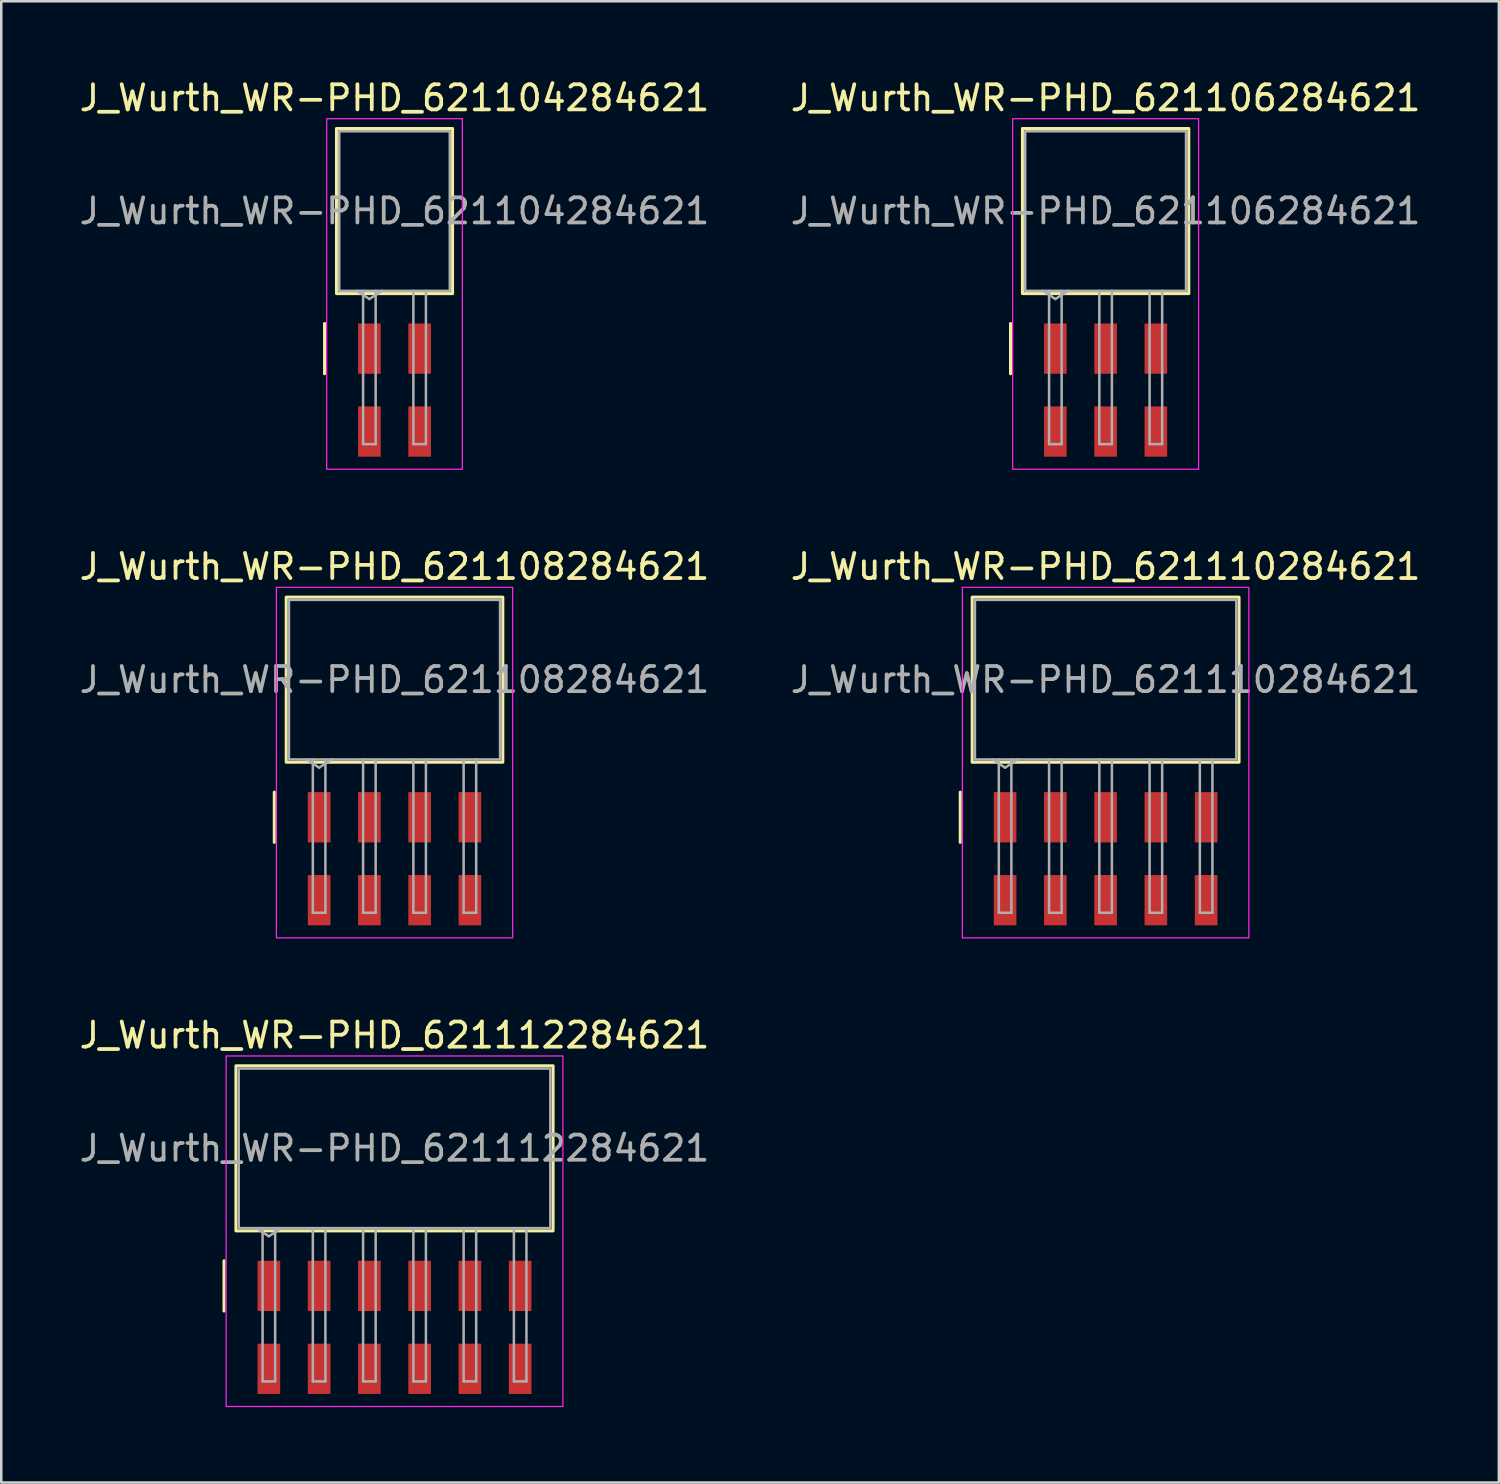
<source format=kicad_pcb>
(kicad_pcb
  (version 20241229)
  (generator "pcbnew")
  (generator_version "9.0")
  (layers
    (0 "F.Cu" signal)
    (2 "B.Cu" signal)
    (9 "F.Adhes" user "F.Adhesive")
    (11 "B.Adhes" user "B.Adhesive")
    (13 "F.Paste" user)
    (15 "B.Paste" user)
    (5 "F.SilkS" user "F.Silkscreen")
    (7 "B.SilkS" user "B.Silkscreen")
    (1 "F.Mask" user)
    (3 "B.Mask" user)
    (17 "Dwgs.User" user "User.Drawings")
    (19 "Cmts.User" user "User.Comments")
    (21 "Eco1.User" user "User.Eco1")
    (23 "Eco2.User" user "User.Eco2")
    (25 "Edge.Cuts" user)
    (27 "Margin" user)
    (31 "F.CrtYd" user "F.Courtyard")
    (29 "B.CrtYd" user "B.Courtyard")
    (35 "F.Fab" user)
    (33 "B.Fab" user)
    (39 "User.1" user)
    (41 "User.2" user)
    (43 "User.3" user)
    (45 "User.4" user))
  (footprint "J_Wurth_WR-PHD_621104284621"
    (layer "F.Cu")
    (at 12.649 5.348)
    (property "Reference" "J_Wurth_WR-PHD_621104284621" (at 0 -4.5 0) (unlocked yes) (layer "F.SilkS") (effects (font (size 1 1) (thickness 0.15))))
    (attr smd)
    (fp_line (start -2.785 6.475) (end -2.785 4.475) (stroke (width 0.12) (type solid)) (layer "F.SilkS"))
    (fp_rect (start -2.31 -3.285) (end 2.31 3.285) (stroke (width 0.12) (type solid)) (fill no) (layer "F.SilkS"))
    (fp_rect (start -2.7 -3.675) (end 2.7 10.275) (stroke (width 0.05) (type solid)) (fill no) (layer "F.CrtYd"))
    (fp_line (start -1.25 3.175) (end -1.25 9.275) (stroke (width 0.1) (type solid)) (layer "F.Fab"))
    (fp_line (start -1.25 9.275) (end -0.75 9.275) (stroke (width 0.1) (type default)) (layer "F.Fab"))
    (fp_line (start -1 3.5) (end -1.5 3.175) (stroke (width 0.1) (type default)) (layer "F.Fab"))
    (fp_line (start -0.75 3.175) (end -0.75 9.275) (stroke (width 0.1) (type solid)) (layer "F.Fab"))
    (fp_line (start -0.5 3.175) (end -1 3.5) (stroke (width 0.1) (type default)) (layer "F.Fab"))
    (fp_line (start 0.75 3.175) (end 0.75 9.275) (stroke (width 0.1) (type solid)) (layer "F.Fab"))
    (fp_line (start 0.75 9.275) (end 1.25 9.275) (stroke (width 0.1) (type default)) (layer "F.Fab"))
    (fp_line (start 1.25 3.175) (end 1.25 9.275) (stroke (width 0.1) (type solid)) (layer "F.Fab"))
    (fp_rect (start -2.2 -3.175) (end 2.2 3.175) (stroke (width 0.1) (type solid)) (fill no) (layer "F.Fab"))
    (fp_text user "${REFERENCE}" (at 0 0 0) (unlocked yes) (layer "F.Fab") (effects (font (size 1 1) (thickness 0.15))))
    (pad "1" smd rect (at -1 5.475 180) (size 0.9 2) (layers "F.Cu" "F.Mask" "F.Paste"))
    (pad "2" smd rect (at -1 8.775 180) (size 0.9 2) (layers "F.Cu" "F.Mask" "F.Paste"))
    (pad "3" smd rect (at 1 5.475 180) (size 0.9 2) (layers "F.Cu" "F.Mask" "F.Paste"))
    (pad "4" smd rect (at 1 8.775 180) (size 0.9 2) (layers "F.Cu" "F.Mask" "F.Paste")))
  (footprint "J_Wurth_WR-PHD_621110284621"
    (layer "F.Cu")
    (at 40.946 23.997)
    (property "Reference" "J_Wurth_WR-PHD_621110284621" (at 0 -4.5 0) (unlocked yes) (layer "F.SilkS") (effects (font (size 1 1) (thickness 0.15))))
    (attr smd)
    (fp_line (start -5.785 6.475) (end -5.785 4.475) (stroke (width 0.12) (type solid)) (layer "F.SilkS"))
    (fp_rect (start -5.31 -3.285) (end 5.31 3.285) (stroke (width 0.12) (type solid)) (fill no) (layer "F.SilkS"))
    (fp_rect (start -5.7 -3.675) (end 5.7 10.275) (stroke (width 0.05) (type solid)) (fill no) (layer "F.CrtYd"))
    (fp_line (start -4.25 3.175) (end -4.25 9.275) (stroke (width 0.1) (type solid)) (layer "F.Fab"))
    (fp_line (start -4.25 9.275) (end -3.75 9.275) (stroke (width 0.1) (type default)) (layer "F.Fab"))
    (fp_line (start -4 3.5) (end -4.5 3.175) (stroke (width 0.1) (type default)) (layer "F.Fab"))
    (fp_line (start -3.75 3.175) (end -3.75 9.275) (stroke (width 0.1) (type solid)) (layer "F.Fab"))
    (fp_line (start -3.5 3.175) (end -4 3.5) (stroke (width 0.1) (type default)) (layer "F.Fab"))
    (fp_line (start -2.25 3.175) (end -2.25 9.275) (stroke (width 0.1) (type solid)) (layer "F.Fab"))
    (fp_line (start -2.25 9.275) (end -1.75 9.275) (stroke (width 0.1) (type default)) (layer "F.Fab"))
    (fp_line (start -1.75 3.175) (end -1.75 9.275) (stroke (width 0.1) (type solid)) (layer "F.Fab"))
    (fp_line (start -0.25 3.175) (end -0.25 9.275) (stroke (width 0.1) (type solid)) (layer "F.Fab"))
    (fp_line (start -0.25 9.275) (end 0.25 9.275) (stroke (width 0.1) (type default)) (layer "F.Fab"))
    (fp_line (start 0.25 3.175) (end 0.25 9.275) (stroke (width 0.1) (type solid)) (layer "F.Fab"))
    (fp_line (start 1.75 3.175) (end 1.75 9.275) (stroke (width 0.1) (type solid)) (layer "F.Fab"))
    (fp_line (start 1.75 9.275) (end 2.25 9.275) (stroke (width 0.1) (type default)) (layer "F.Fab"))
    (fp_line (start 2.25 3.175) (end 2.25 9.275) (stroke (width 0.1) (type solid)) (layer "F.Fab"))
    (fp_line (start 3.75 3.175) (end 3.75 9.275) (stroke (width 0.1) (type solid)) (layer "F.Fab"))
    (fp_line (start 3.75 9.275) (end 4.25 9.275) (stroke (width 0.1) (type default)) (layer "F.Fab"))
    (fp_line (start 4.25 3.175) (end 4.25 9.275) (stroke (width 0.1) (type solid)) (layer "F.Fab"))
    (fp_rect (start -5.2 -3.175) (end 5.2 3.175) (stroke (width 0.1) (type solid)) (fill no) (layer "F.Fab"))
    (fp_text user "${REFERENCE}" (at 0 0 0) (unlocked yes) (layer "F.Fab") (effects (font (size 1 1) (thickness 0.15))))
    (pad "1" smd rect (at -4 5.475 180) (size 0.9 2) (layers "F.Cu" "F.Mask" "F.Paste"))
    (pad "2" smd rect (at -4 8.775 180) (size 0.9 2) (layers "F.Cu" "F.Mask" "F.Paste"))
    (pad "3" smd rect (at -2 5.475 180) (size 0.9 2) (layers "F.Cu" "F.Mask" "F.Paste"))
    (pad "4" smd rect (at -2 8.775 180) (size 0.9 2) (layers "F.Cu" "F.Mask" "F.Paste"))
    (pad "5" smd rect (at 0 5.475 180) (size 0.9 2) (layers "F.Cu" "F.Mask" "F.Paste"))
    (pad "6" smd rect (at 0 8.775 180) (size 0.9 2) (layers "F.Cu" "F.Mask" "F.Paste"))
    (pad "7" smd rect (at 2 5.475 180) (size 0.9 2) (layers "F.Cu" "F.Mask" "F.Paste"))
    (pad "8" smd rect (at 2 8.775 180) (size 0.9 2) (layers "F.Cu" "F.Mask" "F.Paste"))
    (pad "9" smd rect (at 4 5.475 180) (size 0.9 2) (layers "F.Cu" "F.Mask" "F.Paste"))
    (pad "10" smd rect (at 4 8.775 180) (size 0.9 2) (layers "F.Cu" "F.Mask" "F.Paste")))
  (footprint "J_Wurth_WR-PHD_621108284621"
    (layer "F.Cu")
    (at 12.649 23.997)
    (property "Reference" "J_Wurth_WR-PHD_621108284621" (at 0 -4.5 0) (unlocked yes) (layer "F.SilkS") (effects (font (size 1 1) (thickness 0.15))))
    (attr smd)
    (fp_line (start -4.785 6.475) (end -4.785 4.475) (stroke (width 0.12) (type solid)) (layer "F.SilkS"))
    (fp_rect (start -4.31 -3.285) (end 4.31 3.285) (stroke (width 0.12) (type solid)) (fill no) (layer "F.SilkS"))
    (fp_rect (start -4.7 -3.675) (end 4.7 10.275) (stroke (width 0.05) (type solid)) (fill no) (layer "F.CrtYd"))
    (fp_line (start -3.25 3.175) (end -3.25 9.275) (stroke (width 0.1) (type solid)) (layer "F.Fab"))
    (fp_line (start -3.25 9.275) (end -2.75 9.275) (stroke (width 0.1) (type default)) (layer "F.Fab"))
    (fp_line (start -3 3.5) (end -3.5 3.175) (stroke (width 0.1) (type default)) (layer "F.Fab"))
    (fp_line (start -2.75 3.175) (end -2.75 9.275) (stroke (width 0.1) (type solid)) (layer "F.Fab"))
    (fp_line (start -2.5 3.175) (end -3 3.5) (stroke (width 0.1) (type default)) (layer "F.Fab"))
    (fp_line (start -1.25 3.175) (end -1.25 9.275) (stroke (width 0.1) (type solid)) (layer "F.Fab"))
    (fp_line (start -1.25 9.275) (end -0.75 9.275) (stroke (width 0.1) (type default)) (layer "F.Fab"))
    (fp_line (start -0.75 3.175) (end -0.75 9.275) (stroke (width 0.1) (type solid)) (layer "F.Fab"))
    (fp_line (start 0.75 3.175) (end 0.75 9.275) (stroke (width 0.1) (type solid)) (layer "F.Fab"))
    (fp_line (start 0.75 9.275) (end 1.25 9.275) (stroke (width 0.1) (type default)) (layer "F.Fab"))
    (fp_line (start 1.25 3.175) (end 1.25 9.275) (stroke (width 0.1) (type solid)) (layer "F.Fab"))
    (fp_line (start 2.75 3.175) (end 2.75 9.275) (stroke (width 0.1) (type solid)) (layer "F.Fab"))
    (fp_line (start 2.75 9.275) (end 3.25 9.275) (stroke (width 0.1) (type default)) (layer "F.Fab"))
    (fp_line (start 3.25 3.175) (end 3.25 9.275) (stroke (width 0.1) (type solid)) (layer "F.Fab"))
    (fp_rect (start -4.2 -3.175) (end 4.2 3.175) (stroke (width 0.1) (type solid)) (fill no) (layer "F.Fab"))
    (fp_text user "${REFERENCE}" (at 0 0 0) (unlocked yes) (layer "F.Fab") (effects (font (size 1 1) (thickness 0.15))))
    (pad "1" smd rect (at -3 5.475 180) (size 0.9 2) (layers "F.Cu" "F.Mask" "F.Paste"))
    (pad "2" smd rect (at -3 8.775 180) (size 0.9 2) (layers "F.Cu" "F.Mask" "F.Paste"))
    (pad "3" smd rect (at -1 5.475 180) (size 0.9 2) (layers "F.Cu" "F.Mask" "F.Paste"))
    (pad "4" smd rect (at -1 8.775 180) (size 0.9 2) (layers "F.Cu" "F.Mask" "F.Paste"))
    (pad "5" smd rect (at 1 5.475 180) (size 0.9 2) (layers "F.Cu" "F.Mask" "F.Paste"))
    (pad "6" smd rect (at 1 8.775 180) (size 0.9 2) (layers "F.Cu" "F.Mask" "F.Paste"))
    (pad "7" smd rect (at 3 5.475 180) (size 0.9 2) (layers "F.Cu" "F.Mask" "F.Paste"))
    (pad "8" smd rect (at 3 8.775 180) (size 0.9 2) (layers "F.Cu" "F.Mask" "F.Paste")))
  (footprint "J_Wurth_WR-PHD_621106284621"
    (layer "F.Cu")
    (at 40.946 5.348)
    (property "Reference" "J_Wurth_WR-PHD_621106284621" (at 0 -4.5 0) (unlocked yes) (layer "F.SilkS") (effects (font (size 1 1) (thickness 0.15))))
    (attr smd)
    (fp_line (start -3.785 6.475) (end -3.785 4.475) (stroke (width 0.12) (type solid)) (layer "F.SilkS"))
    (fp_rect (start -3.31 -3.285) (end 3.31 3.285) (stroke (width 0.12) (type solid)) (fill no) (layer "F.SilkS"))
    (fp_rect (start -3.7 -3.675) (end 3.7 10.275) (stroke (width 0.05) (type solid)) (fill no) (layer "F.CrtYd"))
    (fp_line (start -2.25 3.175) (end -2.25 9.275) (stroke (width 0.1) (type solid)) (layer "F.Fab"))
    (fp_line (start -2.25 9.275) (end -1.75 9.275) (stroke (width 0.1) (type default)) (layer "F.Fab"))
    (fp_line (start -2 3.5) (end -2.5 3.175) (stroke (width 0.1) (type default)) (layer "F.Fab"))
    (fp_line (start -1.75 3.175) (end -1.75 9.275) (stroke (width 0.1) (type solid)) (layer "F.Fab"))
    (fp_line (start -1.5 3.175) (end -2 3.5) (stroke (width 0.1) (type default)) (layer "F.Fab"))
    (fp_line (start -0.25 3.175) (end -0.25 9.275) (stroke (width 0.1) (type solid)) (layer "F.Fab"))
    (fp_line (start -0.25 9.275) (end 0.25 9.275) (stroke (width 0.1) (type default)) (layer "F.Fab"))
    (fp_line (start 0.25 3.175) (end 0.25 9.275) (stroke (width 0.1) (type solid)) (layer "F.Fab"))
    (fp_line (start 1.75 3.175) (end 1.75 9.275) (stroke (width 0.1) (type solid)) (layer "F.Fab"))
    (fp_line (start 1.75 9.275) (end 2.25 9.275) (stroke (width 0.1) (type default)) (layer "F.Fab"))
    (fp_line (start 2.25 3.175) (end 2.25 9.275) (stroke (width 0.1) (type solid)) (layer "F.Fab"))
    (fp_rect (start -3.2 -3.175) (end 3.2 3.175) (stroke (width 0.1) (type solid)) (fill no) (layer "F.Fab"))
    (fp_text user "${REFERENCE}" (at 0 0 0) (unlocked yes) (layer "F.Fab") (effects (font (size 1 1) (thickness 0.15))))
    (pad "1" smd rect (at -2 5.475 180) (size 0.9 2) (layers "F.Cu" "F.Mask" "F.Paste"))
    (pad "2" smd rect (at -2 8.775 180) (size 0.9 2) (layers "F.Cu" "F.Mask" "F.Paste"))
    (pad "3" smd rect (at 0 5.475 180) (size 0.9 2) (layers "F.Cu" "F.Mask" "F.Paste"))
    (pad "4" smd rect (at 0 8.775 180) (size 0.9 2) (layers "F.Cu" "F.Mask" "F.Paste"))
    (pad "5" smd rect (at 2 5.475 180) (size 0.9 2) (layers "F.Cu" "F.Mask" "F.Paste"))
    (pad "6" smd rect (at 2 8.775 180) (size 0.9 2) (layers "F.Cu" "F.Mask" "F.Paste")))
  (footprint "J_Wurth_WR-PHD_621112284621"
    (layer "F.Cu")
    (at 12.649 42.645)
    (property "Reference" "J_Wurth_WR-PHD_621112284621" (at 0 -4.5 0) (unlocked yes) (layer "F.SilkS") (effects (font (size 1 1) (thickness 0.15))))
    (attr smd)
    (fp_line (start -6.785 6.475) (end -6.785 4.475) (stroke (width 0.12) (type solid)) (layer "F.SilkS"))
    (fp_rect (start -6.31 -3.285) (end 6.31 3.285) (stroke (width 0.12) (type solid)) (fill no) (layer "F.SilkS"))
    (fp_rect (start -6.7 -3.675) (end 6.7 10.275) (stroke (width 0.05) (type solid)) (fill no) (layer "F.CrtYd"))
    (fp_line (start -5.25 3.175) (end -5.25 9.275) (stroke (width 0.1) (type solid)) (layer "F.Fab"))
    (fp_line (start -5.25 9.275) (end -4.75 9.275) (stroke (width 0.1) (type default)) (layer "F.Fab"))
    (fp_line (start -5 3.5) (end -5.5 3.175) (stroke (width 0.1) (type default)) (layer "F.Fab"))
    (fp_line (start -4.75 3.175) (end -4.75 9.275) (stroke (width 0.1) (type solid)) (layer "F.Fab"))
    (fp_line (start -4.5 3.175) (end -5 3.5) (stroke (width 0.1) (type default)) (layer "F.Fab"))
    (fp_line (start -3.25 3.175) (end -3.25 9.275) (stroke (width 0.1) (type solid)) (layer "F.Fab"))
    (fp_line (start -3.25 9.275) (end -2.75 9.275) (stroke (width 0.1) (type default)) (layer "F.Fab"))
    (fp_line (start -2.75 3.175) (end -2.75 9.275) (stroke (width 0.1) (type solid)) (layer "F.Fab"))
    (fp_line (start -1.25 3.175) (end -1.25 9.275) (stroke (width 0.1) (type solid)) (layer "F.Fab"))
    (fp_line (start -1.25 9.275) (end -0.75 9.275) (stroke (width 0.1) (type default)) (layer "F.Fab"))
    (fp_line (start -0.75 3.175) (end -0.75 9.275) (stroke (width 0.1) (type solid)) (layer "F.Fab"))
    (fp_line (start 0.75 3.175) (end 0.75 9.275) (stroke (width 0.1) (type solid)) (layer "F.Fab"))
    (fp_line (start 0.75 9.275) (end 1.25 9.275) (stroke (width 0.1) (type default)) (layer "F.Fab"))
    (fp_line (start 1.25 3.175) (end 1.25 9.275) (stroke (width 0.1) (type solid)) (layer "F.Fab"))
    (fp_line (start 2.75 3.175) (end 2.75 9.275) (stroke (width 0.1) (type solid)) (layer "F.Fab"))
    (fp_line (start 2.75 9.275) (end 3.25 9.275) (stroke (width 0.1) (type default)) (layer "F.Fab"))
    (fp_line (start 3.25 3.175) (end 3.25 9.275) (stroke (width 0.1) (type solid)) (layer "F.Fab"))
    (fp_line (start 4.75 3.175) (end 4.75 9.275) (stroke (width 0.1) (type solid)) (layer "F.Fab"))
    (fp_line (start 4.75 9.275) (end 5.25 9.275) (stroke (width 0.1) (type default)) (layer "F.Fab"))
    (fp_line (start 5.25 3.175) (end 5.25 9.275) (stroke (width 0.1) (type solid)) (layer "F.Fab"))
    (fp_rect (start -6.2 -3.175) (end 6.2 3.175) (stroke (width 0.1) (type solid)) (fill no) (layer "F.Fab"))
    (fp_text user "${REFERENCE}" (at 0 0 0) (unlocked yes) (layer "F.Fab") (effects (font (size 1 1) (thickness 0.15))))
    (pad "1" smd rect (at -5 5.475 180) (size 0.9 2) (layers "F.Cu" "F.Mask" "F.Paste"))
    (pad "2" smd rect (at -5 8.775 180) (size 0.9 2) (layers "F.Cu" "F.Mask" "F.Paste"))
    (pad "3" smd rect (at -3 5.475 180) (size 0.9 2) (layers "F.Cu" "F.Mask" "F.Paste"))
    (pad "4" smd rect (at -3 8.775 180) (size 0.9 2) (layers "F.Cu" "F.Mask" "F.Paste"))
    (pad "5" smd rect (at -1 5.475 180) (size 0.9 2) (layers "F.Cu" "F.Mask" "F.Paste"))
    (pad "6" smd rect (at -1 8.775 180) (size 0.9 2) (layers "F.Cu" "F.Mask" "F.Paste"))
    (pad "7" smd rect (at 1 5.475 180) (size 0.9 2) (layers "F.Cu" "F.Mask" "F.Paste"))
    (pad "8" smd rect (at 1 8.775 180) (size 0.9 2) (layers "F.Cu" "F.Mask" "F.Paste"))
    (pad "9" smd rect (at 3 5.475 180) (size 0.9 2) (layers "F.Cu" "F.Mask" "F.Paste"))
    (pad "10" smd rect (at 3 8.775 180) (size 0.9 2) (layers "F.Cu" "F.Mask" "F.Paste"))
    (pad "11" smd rect (at 5 5.475 180) (size 0.9 2) (layers "F.Cu" "F.Mask" "F.Paste"))
    (pad "12" smd rect (at 5 8.775 180) (size 0.9 2) (layers "F.Cu" "F.Mask" "F.Paste")))
  (gr_rect
    (start -3 -3)
    (end 56.595 55.945)
    (stroke (width 0.1) (type default))
    (fill no)
    (layer "Edge.Cuts")))
</source>
